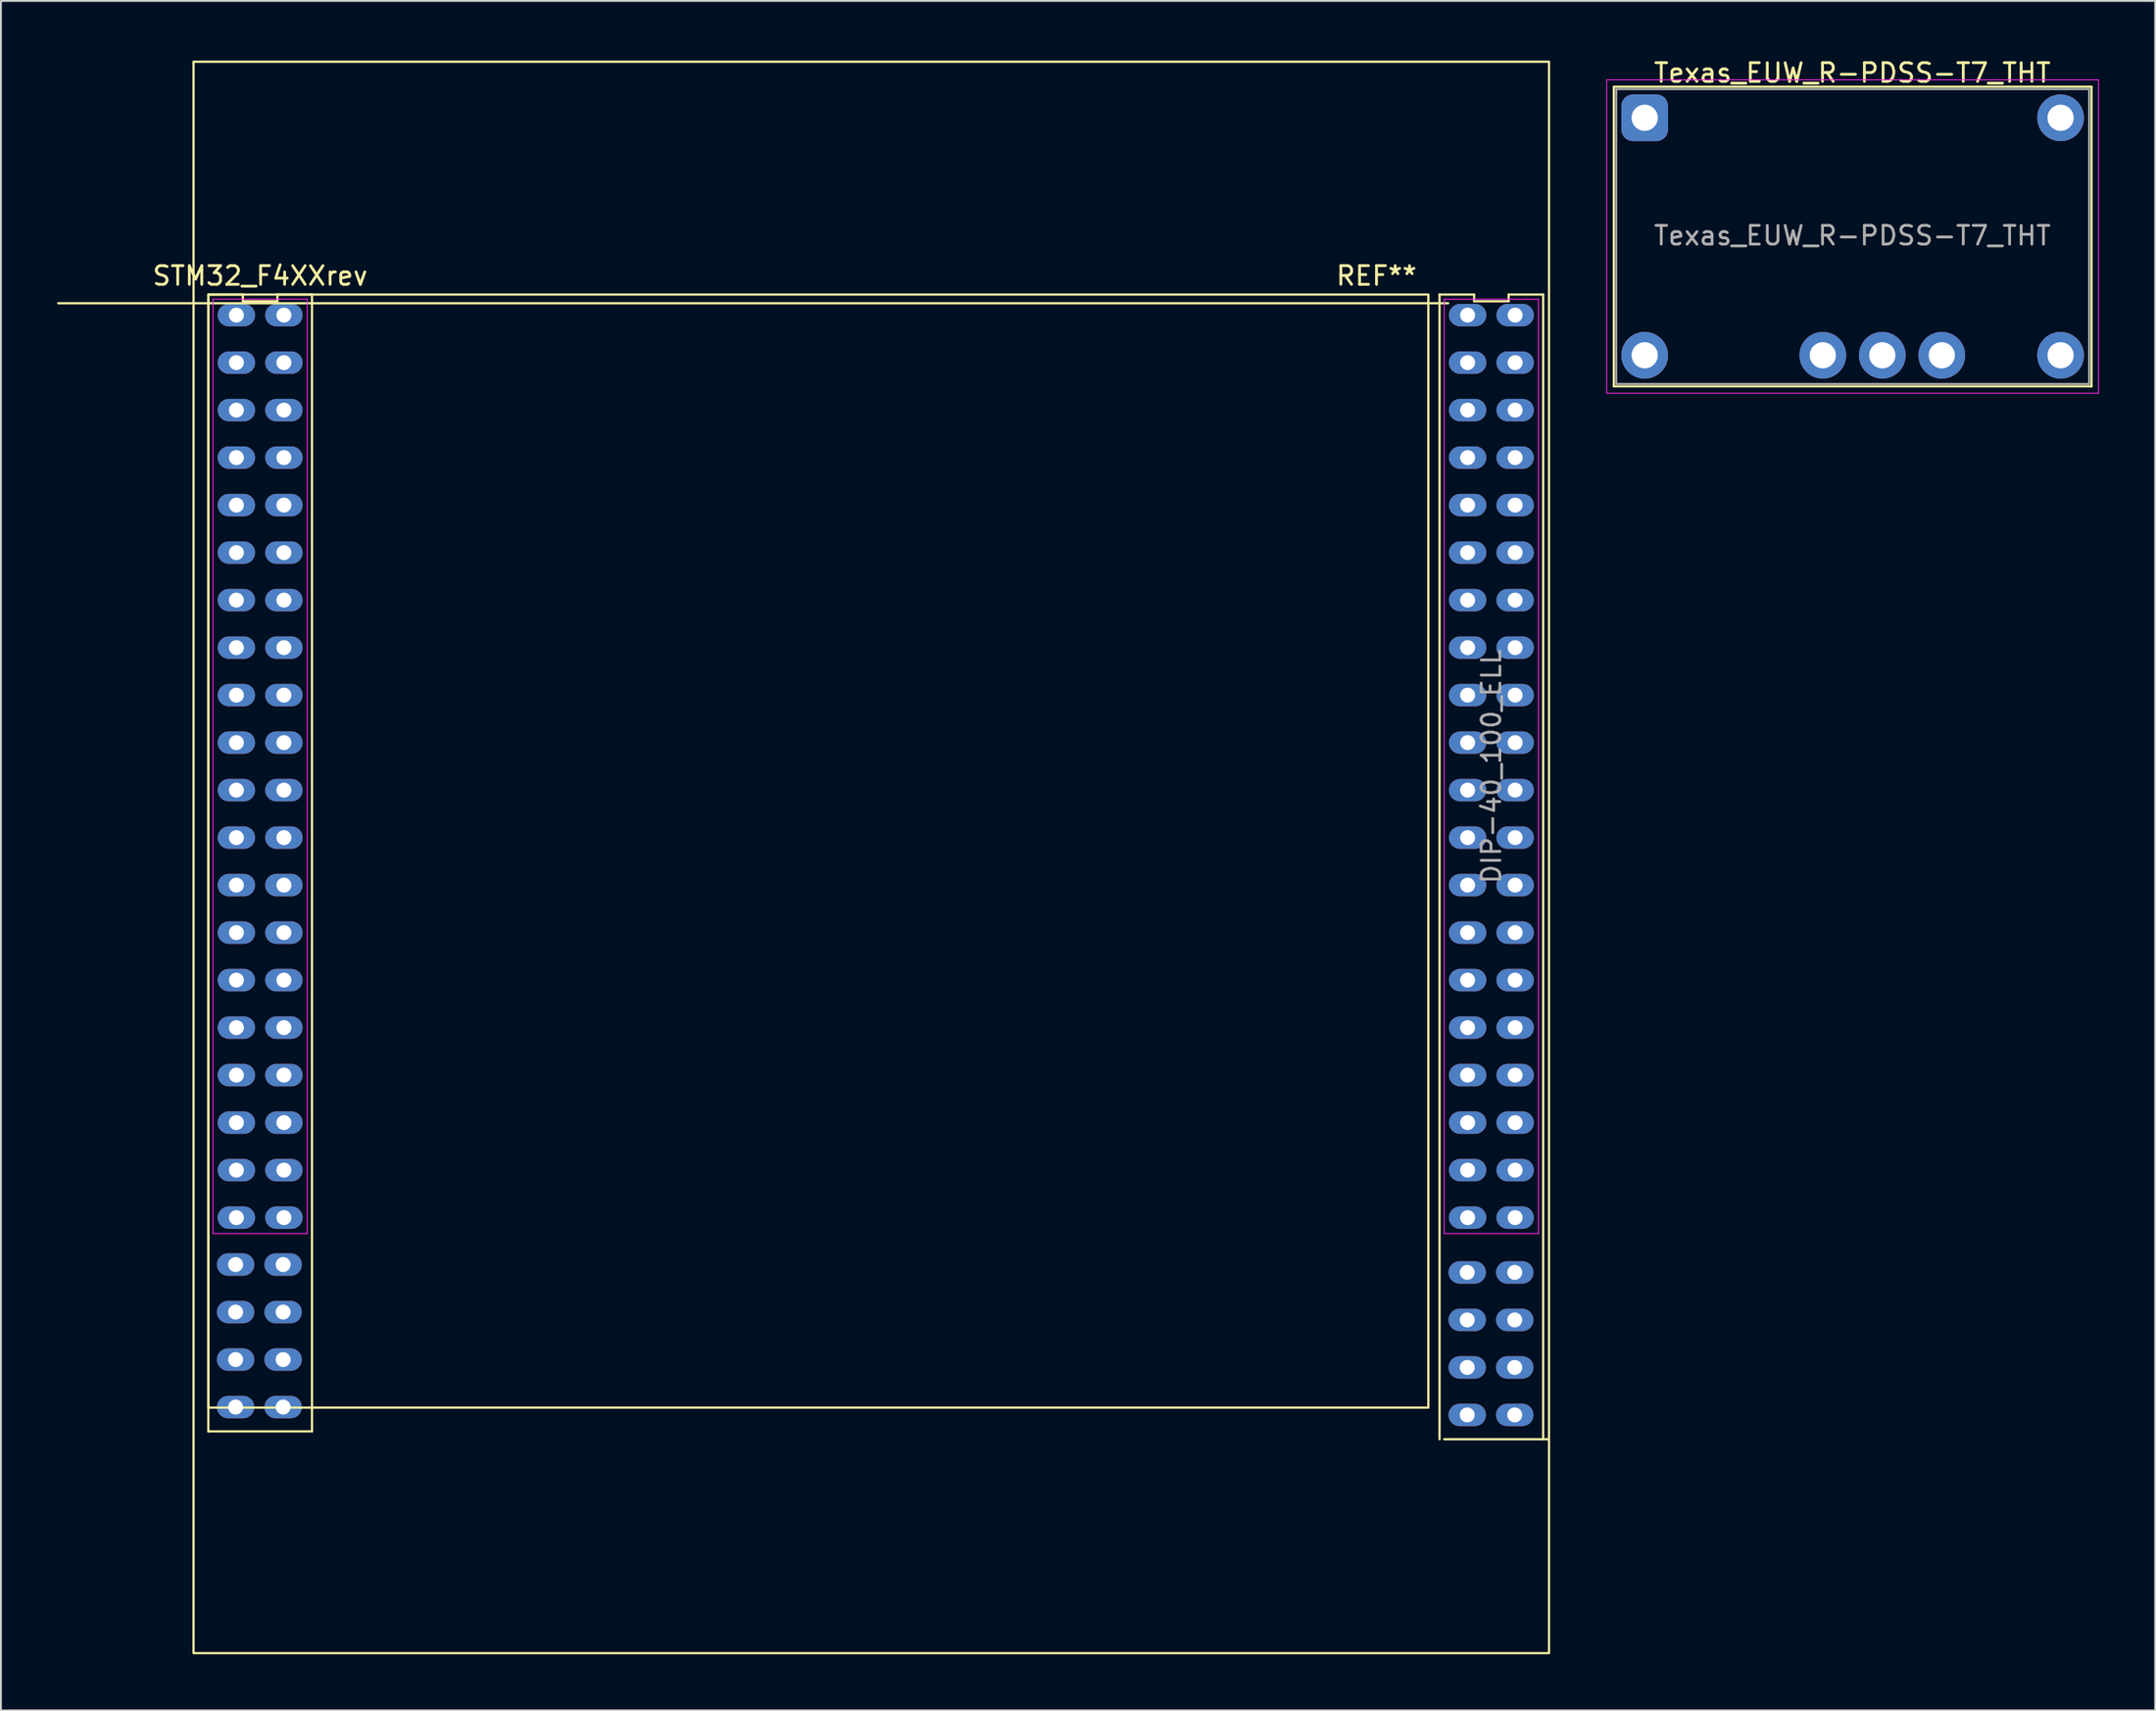
<source format=kicad_pcb>
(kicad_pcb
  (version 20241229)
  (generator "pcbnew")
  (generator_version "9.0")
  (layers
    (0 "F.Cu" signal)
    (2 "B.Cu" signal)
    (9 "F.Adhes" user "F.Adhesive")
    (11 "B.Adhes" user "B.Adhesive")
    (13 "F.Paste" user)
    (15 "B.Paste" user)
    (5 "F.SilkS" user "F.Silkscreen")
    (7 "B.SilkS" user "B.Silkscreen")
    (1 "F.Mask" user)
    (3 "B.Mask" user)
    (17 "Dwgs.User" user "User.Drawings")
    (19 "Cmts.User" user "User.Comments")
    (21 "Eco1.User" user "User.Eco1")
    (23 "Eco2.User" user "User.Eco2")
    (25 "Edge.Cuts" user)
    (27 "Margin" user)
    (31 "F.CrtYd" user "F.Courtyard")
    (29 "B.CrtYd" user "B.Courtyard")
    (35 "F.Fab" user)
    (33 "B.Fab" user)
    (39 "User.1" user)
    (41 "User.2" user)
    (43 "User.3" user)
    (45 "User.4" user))
  (footprint "STM32_F4XXrev"
    (layer "F.Cu")
    (at 7.295 0.25)
    (property "Reference" "STM32_F4XXrev" (at 3.56 11.45 0) (layer "F.SilkS") (effects (font (size 1 1) (thickness 0.15))))
    (attr through_hole)
    (fp_line (start 0.79 73.24) (end 6.33 73.24) (stroke (width 0.12) (type solid)) (layer "F.SilkS"))
    (fp_line (start 0.79 12.45) (end 0.79 73.24) (stroke (width 0.12) (type solid)) (layer "F.SilkS"))
    (fp_line (start 2.637 12.45) (end 0.79 12.45) (stroke (width 0.12) (type solid)) (layer "F.SilkS"))
    (fp_line (start 2.637 12.81) (end 2.637 12.45) (stroke (width 0.12) (type solid)) (layer "F.SilkS"))
    (fp_line (start 4.483 12.45) (end 4.483 12.81) (stroke (width 0.12) (type solid)) (layer "F.SilkS"))
    (fp_line (start 4.483 12.81) (end 2.637 12.81) (stroke (width 0.12) (type solid)) (layer "F.SilkS"))
    (fp_line (start 6.33 73.24) (end 6.33 12.45) (stroke (width 0.12) (type solid)) (layer "F.SilkS"))
    (fp_line (start 6.33 12.45) (end 4.483 12.45) (stroke (width 0.12) (type solid)) (layer "F.SilkS"))
    (fp_line (start 66.6 12.45) (end 66.6 73.66) (stroke (width 0.12) (type solid)) (layer "F.SilkS"))
    (fp_line (start 66.85 73.66) (end 72.39 73.66) (stroke (width 0.12) (type solid)) (layer "F.SilkS"))
    (fp_line (start 67.06 12.915) (end -7.235 12.915) (stroke (width 0.12) (type solid)) (layer "F.SilkS"))
    (fp_line (start 68.447 12.45) (end 66.6 12.45) (stroke (width 0.12) (type solid)) (layer "F.SilkS"))
    (fp_line (start 68.447 12.81) (end 68.447 12.45) (stroke (width 0.12) (type solid)) (layer "F.SilkS"))
    (fp_line (start 70.293 12.45) (end 70.293 12.81) (stroke (width 0.12) (type solid)) (layer "F.SilkS"))
    (fp_line (start 70.293 12.81) (end 68.447 12.81) (stroke (width 0.12) (type solid)) (layer "F.SilkS"))
    (fp_line (start 72.14 73.66) (end 72.14 12.45) (stroke (width 0.12) (type solid)) (layer "F.SilkS"))
    (fp_line (start 72.14 12.45) (end 70.293 12.45) (stroke (width 0.12) (type solid)) (layer "F.SilkS"))
    (fp_rect (start 0 0) (end 72.45 85.1) (stroke (width 0.12) (type solid)) (fill no) (layer "F.SilkS"))
    (fp_rect (start 0.79 71.97) (end 66 12.45) (stroke (width 0.12) (type solid)) (fill no) (layer "F.SilkS"))
    (fp_line (start 1.04 12.7) (end 6.08 12.7) (stroke (width 0.05) (type solid)) (layer "F.CrtYd"))
    (fp_line (start 1.04 62.66) (end 1.04 12.7) (stroke (width 0.05) (type solid)) (layer "F.CrtYd"))
    (fp_line (start 6.08 12.7) (end 6.08 62.66) (stroke (width 0.05) (type solid)) (layer "F.CrtYd"))
    (fp_line (start 6.08 62.66) (end 1.04 62.66) (stroke (width 0.05) (type solid)) (layer "F.CrtYd"))
    (fp_line (start 66.85 12.7) (end 71.89 12.7) (stroke (width 0.05) (type solid)) (layer "F.CrtYd"))
    (fp_line (start 66.85 62.66) (end 66.85 12.7) (stroke (width 0.05) (type solid)) (layer "F.CrtYd"))
    (fp_line (start 71.89 12.7) (end 71.89 62.66) (stroke (width 0.05) (type solid)) (layer "F.CrtYd"))
    (fp_line (start 71.89 62.66) (end 66.85 62.66) (stroke (width 0.05) (type solid)) (layer "F.CrtYd"))
    (fp_text user "REF**" (at 63.23 11.45 0) (layer "F.SilkS") (effects (font (size 1 1) (thickness 0.15))))
    (fp_text user "DIP-40_100_ELL" (at 69.37 37.68 270) (layer "F.Fab") (effects (font (size 1 1) (thickness 0.15))))
    (pad "1" thru_hole oval (at 2.29 13.55 270) (size 1.2 2) (drill 0.8) (layers "*.Cu" "*.Mask"))
    (pad "2" thru_hole oval (at 4.83 13.55 270) (size 1.2 2) (drill 0.8) (layers "*.Cu" "*.Mask"))
    (pad "3" thru_hole oval (at 2.29 16.09 270) (size 1.2 2) (drill 0.8) (layers "*.Cu" "*.Mask"))
    (pad "4" thru_hole oval (at 4.83 16.09 270) (size 1.2 2) (drill 0.8) (layers "*.Cu" "*.Mask"))
    (pad "5" thru_hole oval (at 2.29 18.63 270) (size 1.2 2) (drill 0.8) (layers "*.Cu" "*.Mask"))
    (pad "6" thru_hole oval (at 4.83 18.63 270) (size 1.2 2) (drill 0.8) (layers "*.Cu" "*.Mask"))
    (pad "7" thru_hole oval (at 2.29 21.17 270) (size 1.2 2) (drill 0.8) (layers "*.Cu" "*.Mask"))
    (pad "8" thru_hole oval (at 4.83 21.17 270) (size 1.2 2) (drill 0.8) (layers "*.Cu" "*.Mask"))
    (pad "9" thru_hole oval (at 2.29 23.71 270) (size 1.2 2) (drill 0.8) (layers "*.Cu" "*.Mask"))
    (pad "10" thru_hole oval (at 4.83 23.71 270) (size 1.2 2) (drill 0.8) (layers "*.Cu" "*.Mask"))
    (pad "11" thru_hole oval (at 2.29 26.25 270) (size 1.2 2) (drill 0.8) (layers "*.Cu" "*.Mask"))
    (pad "12" thru_hole oval (at 4.83 26.25 270) (size 1.2 2) (drill 0.8) (layers "*.Cu" "*.Mask"))
    (pad "13" thru_hole oval (at 2.29 28.79 270) (size 1.2 2) (drill 0.8) (layers "*.Cu" "*.Mask"))
    (pad "14" thru_hole oval (at 4.83 28.79 270) (size 1.2 2) (drill 0.8) (layers "*.Cu" "*.Mask"))
    (pad "15" thru_hole oval (at 2.29 31.33 270) (size 1.2 2) (drill 0.8) (layers "*.Cu" "*.Mask"))
    (pad "16" thru_hole oval (at 4.83 31.33 270) (size 1.2 2) (drill 0.8) (layers "*.Cu" "*.Mask"))
    (pad "17" thru_hole oval (at 2.29 33.87 270) (size 1.2 2) (drill 0.8) (layers "*.Cu" "*.Mask"))
    (pad "18" thru_hole oval (at 4.83 33.87 270) (size 1.2 2) (drill 0.8) (layers "*.Cu" "*.Mask"))
    (pad "19" thru_hole oval (at 2.29 36.41 270) (size 1.2 2) (drill 0.8) (layers "*.Cu" "*.Mask"))
    (pad "20" thru_hole oval (at 4.83 36.41 270) (size 1.2 2) (drill 0.8) (layers "*.Cu" "*.Mask"))
    (pad "21" thru_hole oval (at 2.29 38.95 270) (size 1.2 2) (drill 0.8) (layers "*.Cu" "*.Mask"))
    (pad "22" thru_hole oval (at 4.83 38.95 270) (size 1.2 2) (drill 0.8) (layers "*.Cu" "*.Mask"))
    (pad "23" thru_hole oval (at 2.29 41.49 270) (size 1.2 2) (drill 0.8) (layers "*.Cu" "*.Mask"))
    (pad "24" thru_hole oval (at 4.83 41.49 270) (size 1.2 2) (drill 0.8) (layers "*.Cu" "*.Mask"))
    (pad "25" thru_hole oval (at 2.29 44.03 270) (size 1.2 2) (drill 0.8) (layers "*.Cu" "*.Mask"))
    (pad "26" thru_hole oval (at 4.83 44.03 270) (size 1.2 2) (drill 0.8) (layers "*.Cu" "*.Mask"))
    (pad "27" thru_hole oval (at 2.29 46.57 270) (size 1.2 2) (drill 0.8) (layers "*.Cu" "*.Mask"))
    (pad "28" thru_hole oval (at 4.83 46.57 270) (size 1.2 2) (drill 0.8) (layers "*.Cu" "*.Mask"))
    (pad "29" thru_hole oval (at 2.29 49.11 270) (size 1.2 2) (drill 0.8) (layers "*.Cu" "*.Mask"))
    (pad "30" thru_hole oval (at 4.83 49.11 270) (size 1.2 2) (drill 0.8) (layers "*.Cu" "*.Mask"))
    (pad "31" thru_hole oval (at 2.29 51.65 270) (size 1.2 2) (drill 0.8) (layers "*.Cu" "*.Mask"))
    (pad "32" thru_hole oval (at 4.83 51.65 270) (size 1.2 2) (drill 0.8) (layers "*.Cu" "*.Mask"))
    (pad "33" thru_hole oval (at 2.29 54.19 270) (size 1.2 2) (drill 0.8) (layers "*.Cu" "*.Mask"))
    (pad "34" thru_hole oval (at 4.83 54.19 270) (size 1.2 2) (drill 0.8) (layers "*.Cu" "*.Mask"))
    (pad "35" thru_hole oval (at 2.29 56.73 270) (size 1.2 2) (drill 0.8) (layers "*.Cu" "*.Mask"))
    (pad "36" thru_hole oval (at 4.83 56.73 270) (size 1.2 2) (drill 0.8) (layers "*.Cu" "*.Mask"))
    (pad "37" thru_hole oval (at 2.29 59.27 270) (size 1.2 2) (drill 0.8) (layers "*.Cu" "*.Mask"))
    (pad "38" thru_hole oval (at 4.83 59.27 270) (size 1.2 2) (drill 0.8) (layers "*.Cu" "*.Mask"))
    (pad "39" thru_hole oval (at 2.29 61.81 270) (size 1.2 2) (drill 0.8) (layers "*.Cu" "*.Mask"))
    (pad "40" thru_hole oval (at 4.83 61.81 270) (size 1.2 2) (drill 0.8) (layers "*.Cu" "*.Mask"))
    (pad "41" thru_hole oval (at 2.249 64.32 270) (size 1.2 2) (drill 0.8) (layers "*.Cu" "*.Mask"))
    (pad "42" thru_hole oval (at 4.789 64.32 270) (size 1.2 2) (drill 0.8) (layers "*.Cu" "*.Mask"))
    (pad "43" thru_hole oval (at 2.249 66.86 270) (size 1.2 2) (drill 0.8) (layers "*.Cu" "*.Mask"))
    (pad "44" thru_hole oval (at 4.789 66.86 270) (size 1.2 2) (drill 0.8) (layers "*.Cu" "*.Mask"))
    (pad "45" thru_hole oval (at 2.249 69.4 270) (size 1.2 2) (drill 0.8) (layers "*.Cu" "*.Mask"))
    (pad "46" thru_hole oval (at 4.789 69.4 270) (size 1.2 2) (drill 0.8) (layers "*.Cu" "*.Mask"))
    (pad "47" thru_hole oval (at 2.249 71.94 270) (size 1.2 2) (drill 0.8) (layers "*.Cu" "*.Mask"))
    (pad "48" thru_hole oval (at 4.789 71.94 270) (size 1.2 2) (drill 0.8) (layers "*.Cu" "*.Mask"))
    (pad "49" thru_hole oval (at 68.1 13.55 270) (size 1.2 2) (drill 0.8) (layers "*.Cu" "*.Mask"))
    (pad "50" thru_hole oval (at 70.64 13.55 270) (size 1.2 2) (drill 0.8) (layers "*.Cu" "*.Mask"))
    (pad "51" thru_hole oval (at 68.1 16.09 270) (size 1.2 2) (drill 0.8) (layers "*.Cu" "*.Mask"))
    (pad "52" thru_hole oval (at 70.64 16.09 270) (size 1.2 2) (drill 0.8) (layers "*.Cu" "*.Mask"))
    (pad "53" thru_hole oval (at 68.1 18.63 270) (size 1.2 2) (drill 0.8) (layers "*.Cu" "*.Mask"))
    (pad "54" thru_hole oval (at 70.64 18.63 270) (size 1.2 2) (drill 0.8) (layers "*.Cu" "*.Mask"))
    (pad "55" thru_hole oval (at 68.1 21.17 270) (size 1.2 2) (drill 0.8) (layers "*.Cu" "*.Mask"))
    (pad "56" thru_hole oval (at 70.64 21.17 270) (size 1.2 2) (drill 0.8) (layers "*.Cu" "*.Mask"))
    (pad "57" thru_hole oval (at 68.1 23.71 270) (size 1.2 2) (drill 0.8) (layers "*.Cu" "*.Mask"))
    (pad "58" thru_hole oval (at 70.64 23.71 270) (size 1.2 2) (drill 0.8) (layers "*.Cu" "*.Mask"))
    (pad "59" thru_hole oval (at 68.1 26.25 270) (size 1.2 2) (drill 0.8) (layers "*.Cu" "*.Mask"))
    (pad "60" thru_hole oval (at 70.64 26.25 270) (size 1.2 2) (drill 0.8) (layers "*.Cu" "*.Mask"))
    (pad "61" thru_hole oval (at 68.1 28.79 270) (size 1.2 2) (drill 0.8) (layers "*.Cu" "*.Mask"))
    (pad "62" thru_hole oval (at 70.64 28.79 270) (size 1.2 2) (drill 0.8) (layers "*.Cu" "*.Mask"))
    (pad "63" thru_hole oval (at 68.1 31.33 270) (size 1.2 2) (drill 0.8) (layers "*.Cu" "*.Mask"))
    (pad "64" thru_hole oval (at 70.64 31.33 270) (size 1.2 2) (drill 0.8) (layers "*.Cu" "*.Mask"))
    (pad "65" thru_hole oval (at 68.1 33.87 270) (size 1.2 2) (drill 0.8) (layers "*.Cu" "*.Mask"))
    (pad "66" thru_hole oval (at 70.64 33.87 270) (size 1.2 2) (drill 0.8) (layers "*.Cu" "*.Mask"))
    (pad "67" thru_hole oval (at 68.1 36.41 270) (size 1.2 2) (drill 0.8) (layers "*.Cu" "*.Mask"))
    (pad "68" thru_hole oval (at 70.64 36.41 270) (size 1.2 2) (drill 0.8) (layers "*.Cu" "*.Mask"))
    (pad "69" thru_hole oval (at 68.1 38.95 270) (size 1.2 2) (drill 0.8) (layers "*.Cu" "*.Mask"))
    (pad "70" thru_hole oval (at 70.64 38.95 270) (size 1.2 2) (drill 0.8) (layers "*.Cu" "*.Mask"))
    (pad "71" thru_hole oval (at 68.1 41.49 270) (size 1.2 2) (drill 0.8) (layers "*.Cu" "*.Mask"))
    (pad "72" thru_hole oval (at 70.64 41.49 270) (size 1.2 2) (drill 0.8) (layers "*.Cu" "*.Mask"))
    (pad "73" thru_hole oval (at 68.1 44.03 270) (size 1.2 2) (drill 0.8) (layers "*.Cu" "*.Mask"))
    (pad "74" thru_hole oval (at 70.64 44.03 270) (size 1.2 2) (drill 0.8) (layers "*.Cu" "*.Mask"))
    (pad "75" thru_hole oval (at 68.1 46.57 270) (size 1.2 2) (drill 0.8) (layers "*.Cu" "*.Mask"))
    (pad "76" thru_hole oval (at 70.64 46.57 270) (size 1.2 2) (drill 0.8) (layers "*.Cu" "*.Mask"))
    (pad "77" thru_hole oval (at 68.1 49.11 270) (size 1.2 2) (drill 0.8) (layers "*.Cu" "*.Mask"))
    (pad "78" thru_hole oval (at 70.64 49.11 270) (size 1.2 2) (drill 0.8) (layers "*.Cu" "*.Mask"))
    (pad "79" thru_hole oval (at 68.1 51.65 270) (size 1.2 2) (drill 0.8) (layers "*.Cu" "*.Mask"))
    (pad "80" thru_hole oval (at 70.64 51.65 270) (size 1.2 2) (drill 0.8) (layers "*.Cu" "*.Mask"))
    (pad "81" thru_hole oval (at 68.1 54.19 270) (size 1.2 2) (drill 0.8) (layers "*.Cu" "*.Mask"))
    (pad "82" thru_hole oval (at 70.64 54.19 270) (size 1.2 2) (drill 0.8) (layers "*.Cu" "*.Mask"))
    (pad "83" thru_hole oval (at 68.1 56.73 270) (size 1.2 2) (drill 0.8) (layers "*.Cu" "*.Mask"))
    (pad "84" thru_hole oval (at 70.64 56.73 270) (size 1.2 2) (drill 0.8) (layers "*.Cu" "*.Mask"))
    (pad "85" thru_hole oval (at 68.1 59.27 270) (size 1.2 2) (drill 0.8) (layers "*.Cu" "*.Mask"))
    (pad "86" thru_hole oval (at 70.64 59.27 270) (size 1.2 2) (drill 0.8) (layers "*.Cu" "*.Mask"))
    (pad "87" thru_hole oval (at 68.1 61.81 270) (size 1.2 2) (drill 0.8) (layers "*.Cu" "*.Mask"))
    (pad "88" thru_hole oval (at 70.64 61.81 270) (size 1.2 2) (drill 0.8) (layers "*.Cu" "*.Mask"))
    (pad "89" thru_hole oval (at 68.079 64.74 270) (size 1.2 2) (drill 0.8) (layers "*.Cu" "*.Mask"))
    (pad "90" thru_hole oval (at 70.619 64.74 270) (size 1.2 2) (drill 0.8) (layers "*.Cu" "*.Mask"))
    (pad "91" thru_hole oval (at 68.079 67.28 270) (size 1.2 2) (drill 0.8) (layers "*.Cu" "*.Mask"))
    (pad "92" thru_hole oval (at 70.619 67.28 270) (size 1.2 2) (drill 0.8) (layers "*.Cu" "*.Mask"))
    (pad "93" thru_hole oval (at 68.079 69.82 270) (size 1.2 2) (drill 0.8) (layers "*.Cu" "*.Mask"))
    (pad "94" thru_hole oval (at 70.619 69.82 270) (size 1.2 2) (drill 0.8) (layers "*.Cu" "*.Mask"))
    (pad "95" thru_hole oval (at 68.079 72.36 270) (size 1.2 2) (drill 0.8) (layers "*.Cu" "*.Mask"))
    (pad "96" thru_hole oval (at 70.619 72.36 270) (size 1.2 2) (drill 0.8) (layers "*.Cu" "*.Mask")))
  (footprint "Texas_EUW_R-PDSS-T7_THT"
    (layer "F.Cu")
    (at 84.86 3.248)
    (property "Reference" "Texas_EUW_R-PDSS-T7_THT" (at 11.1 -2.4 0) (layer "F.SilkS") (effects (font (size 1 1) (thickness 0.15))))
    (attr through_hole)
    (fp_line (start -1.65 -1.66) (end -1.65 14.36) (stroke (width 0.12) (type solid)) (layer "F.SilkS"))
    (fp_line (start -1.65 -1.66) (end 23.88 -1.66) (stroke (width 0.12) (type solid)) (layer "F.SilkS"))
    (fp_line (start -1.65 14.36) (end 23.88 14.36) (stroke (width 0.12) (type solid)) (layer "F.SilkS"))
    (fp_line (start 23.88 -1.66) (end 23.88 14.36) (stroke (width 0.12) (type solid)) (layer "F.SilkS"))
    (fp_line (start -2.03 14.73) (end -2.03 -2.03) (stroke (width 0.05) (type solid)) (layer "F.CrtYd"))
    (fp_line (start 24.26 -2.03) (end -2.03 -2.03) (stroke (width 0.05) (type solid)) (layer "F.CrtYd"))
    (fp_line (start 24.26 -2.03) (end 24.26 14.73) (stroke (width 0.05) (type solid)) (layer "F.CrtYd"))
    (fp_line (start 24.26 14.73) (end -2.03 14.73) (stroke (width 0.05) (type solid)) (layer "F.CrtYd"))
    (fp_line (start -1.52 14.23) (end -1.52 -1.53) (stroke (width 0.1) (type solid)) (layer "F.Fab"))
    (fp_line (start -1.52 14.23) (end 23.75 14.23) (stroke (width 0.1) (type solid)) (layer "F.Fab"))
    (fp_line (start 23.75 -1.53) (end -1.52 -1.53) (stroke (width 0.1) (type solid)) (layer "F.Fab"))
    (fp_line (start 23.75 14.23) (end 23.75 -1.53) (stroke (width 0.1) (type solid)) (layer "F.Fab"))
    (fp_text user "${REFERENCE}" (at 11.1 6.3 0) (layer "F.Fab") (effects (font (size 1 1) (thickness 0.15))))
    (pad "1" thru_hole roundrect (at 0 0) (size 2.5 2.5) (drill 1.4) (layers "*.Cu" "*.Mask") (roundrect_rratio 0.25))
    (pad "2" thru_hole circle (at 0 12.7) (size 2.5 2.5) (drill 1.4) (layers "*.Cu" "*.Mask"))
    (pad "3" thru_hole circle (at 9.52 12.7) (size 2.5 2.5) (drill 1.4) (layers "*.Cu" "*.Mask"))
    (pad "4" thru_hole circle (at 12.7 12.7) (size 2.5 2.5) (drill 1.4) (layers "*.Cu" "*.Mask"))
    (pad "5" thru_hole circle (at 15.88 12.7) (size 2.5 2.5) (drill 1.4) (layers "*.Cu" "*.Mask"))
    (pad "6" thru_hole circle (at 22.23 12.7) (size 2.5 2.5) (drill 1.4) (layers "*.Cu" "*.Mask"))
    (pad "7" thru_hole circle (at 22.23 0) (size 2.5 2.5) (drill 1.4) (layers "*.Cu" "*.Mask")))
  (gr_rect
    (start -3 -3)
    (end 112.145 88.41)
    (stroke (width 0.1) (type default))
    (fill no)
    (layer "Edge.Cuts")))
</source>
